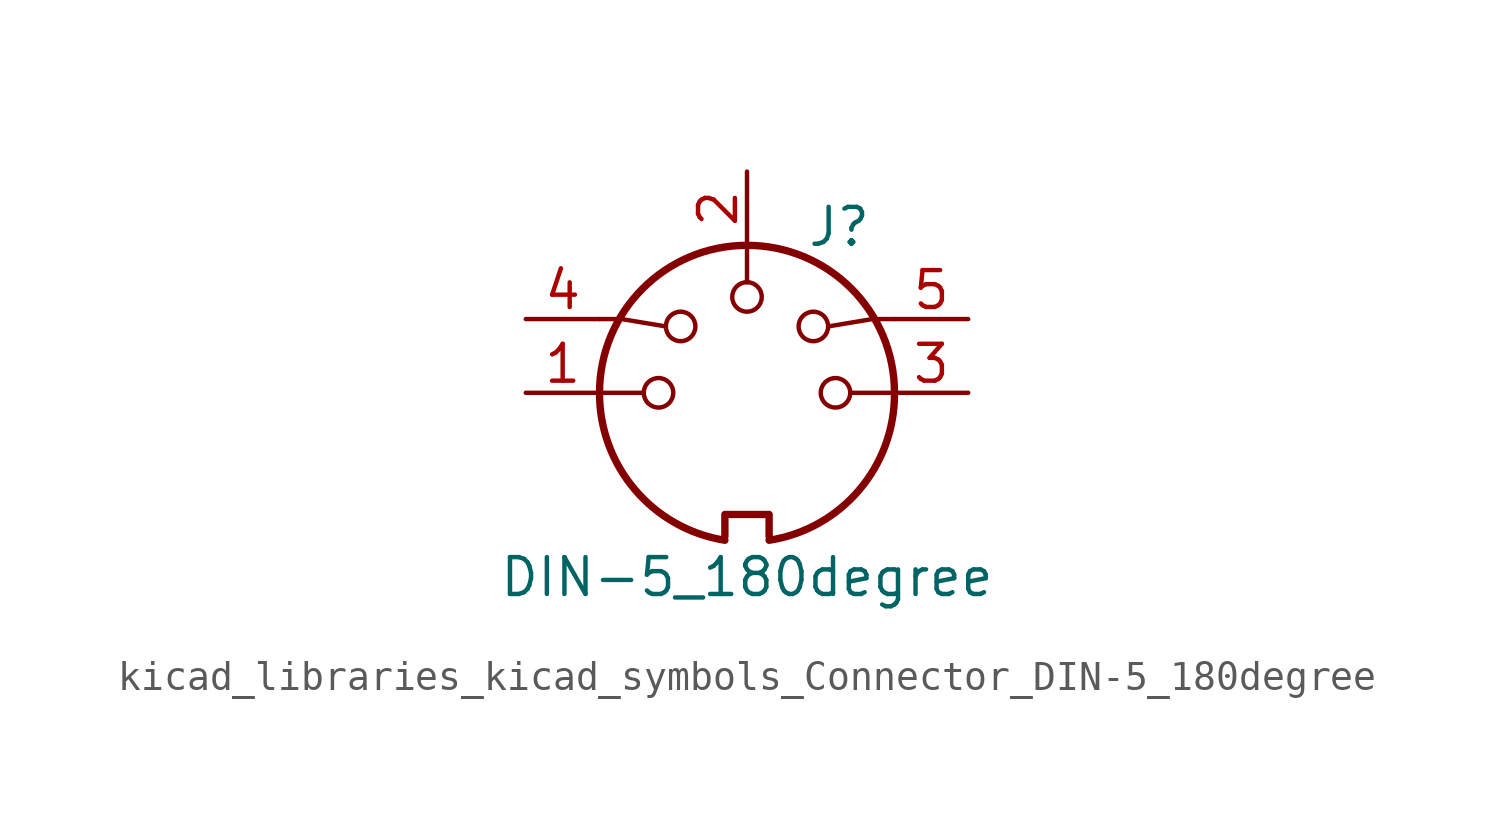
<source format=kicad_sym>
(kicad_symbol_lib
  (version 20220914)
  (generator kicad_symbol_editor)
  (symbol "kicad_libraries_kicad_symbols_Connector_DIN-5_180degree"
    (pin_names
      (offset 1.016))
    (property "Reference" "J"
      (at 3.175 5.715 0)
      (effects (font (size 1.27 1.27))))
    (property "Value" "DIN-5_180degree"
      (at 0 -6.35 0)
      (effects (font (size 1.27 1.27))))
    (symbol "kicad_libraries_kicad_symbols_Connector_DIN-5_180degree_0_1"
      (arc (start -5.08 0) (mid -3.8609 -3.3364) (end -0.762 -5.08) (stroke (width 0.254) (type default)) (fill (type none)))
      (circle (center -3.048 0) (radius 0.508) (stroke (width 0) (type default)) (fill (type none)))
      (circle (center -2.286 2.286) (radius 0.508) (stroke (width 0) (type default)) (fill (type none)))
      (polyline (pts (xy -5.08 0) (xy -3.556 0)) (stroke (width 0) (type default)) (fill (type none)))
      (polyline (pts (xy 0 5.08) (xy 0 3.81)) (stroke (width 0) (type default)) (fill (type none)))
      (polyline (pts (xy 5.08 0) (xy 3.556 0)) (stroke (width 0) (type default)) (fill (type none)))
      (polyline (pts (xy -5.08 2.54) (xy -4.318 2.54) (xy -2.794 2.286)) (stroke (width 0) (type default)) (fill (type none)))
      (polyline (pts (xy 5.08 2.54) (xy 4.318 2.54) (xy 2.794 2.286)) (stroke (width 0) (type default)) (fill (type none)))
      (polyline (pts (xy -0.762 -4.953) (xy -0.762 -4.191) (xy 0.762 -4.191) (xy 0.762 -4.953)) (stroke (width 0.254) (type default)) (fill (type none)))
      (circle (center 0 3.302) (radius 0.508) (stroke (width 0) (type default)) (fill (type none)))
      (arc (start 0.762 -5.08) (mid 3.8685 -3.343) (end 5.08 0) (stroke (width 0.254) (type default)) (fill (type none)))
      (circle (center 2.286 2.286) (radius 0.508) (stroke (width 0) (type default)) (fill (type none)))
      (circle (center 3.048 0) (radius 0.508) (stroke (width 0) (type default)) (fill (type none)))
      (arc (start 5.08 0) (mid 0 5.0579) (end -5.08 0) (stroke (width 0.254) (type default)) (fill (type none))))
    (symbol "kicad_libraries_kicad_symbols_Connector_DIN-5_180degree_1_1"
      (pin passive line (at -7.62 0 0) (length 2.54) (name "~" (effects (font (size 1.27 1.27)))) (number "1" (effects (font (size 1.27 1.27)))))
      (pin passive line (at 0 7.62 270) (length 2.54) (name "~" (effects (font (size 1.27 1.27)))) (number "2" (effects (font (size 1.27 1.27)))))
      (pin passive line (at 7.62 0 180) (length 2.54) (name "~" (effects (font (size 1.27 1.27)))) (number "3" (effects (font (size 1.27 1.27)))))
      (pin passive line (at -7.62 2.54 0) (length 2.54) (name "~" (effects (font (size 1.27 1.27)))) (number "4" (effects (font (size 1.27 1.27)))))
      (pin passive line (at 7.62 2.54 180) (length 2.54) (name "~" (effects (font (size 1.27 1.27)))) (number "5" (effects (font (size 1.27 1.27))))))))
</source>
